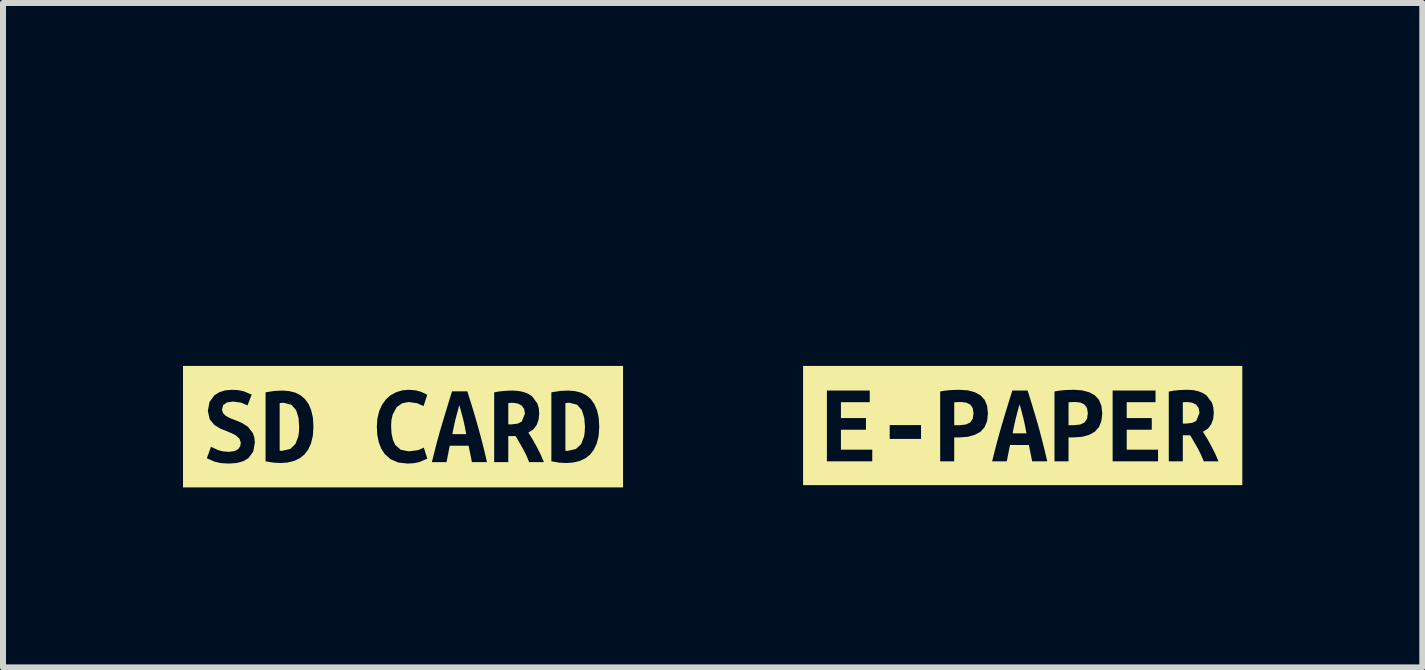
<source format=kicad_pcb>
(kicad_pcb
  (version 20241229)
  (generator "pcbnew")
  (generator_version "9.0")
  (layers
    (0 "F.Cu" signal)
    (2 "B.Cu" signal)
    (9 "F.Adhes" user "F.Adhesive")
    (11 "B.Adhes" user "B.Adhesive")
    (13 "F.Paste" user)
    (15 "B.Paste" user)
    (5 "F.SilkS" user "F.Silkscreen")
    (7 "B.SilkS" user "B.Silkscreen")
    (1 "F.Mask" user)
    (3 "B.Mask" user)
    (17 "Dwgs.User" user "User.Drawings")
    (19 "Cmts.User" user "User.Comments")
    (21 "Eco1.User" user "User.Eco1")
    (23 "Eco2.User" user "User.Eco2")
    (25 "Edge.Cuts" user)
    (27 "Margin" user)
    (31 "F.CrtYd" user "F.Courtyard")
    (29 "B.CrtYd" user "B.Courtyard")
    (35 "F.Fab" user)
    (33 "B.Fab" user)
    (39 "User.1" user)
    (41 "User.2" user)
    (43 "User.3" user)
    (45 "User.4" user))
  (footprint "kibuzzard-6457FD19"
    (layer "F.Cu")
    (at 13.994 4.042)
    (property "Reference" "kibuzzard-6457FD19" (at 0 -4.041 0) (layer "F.SilkS") (effects (font (size 0.001 0.001) (thickness 0.15))))
    (attr board_only exclude_from_pos_files exclude_from_bom)
    (fp_poly (pts (xy -0.051 -0.354) (xy -0.087 -0.228) (xy -0.117 -0.11) (xy -0.144 0.008) (xy -0.168 0.13) (xy 0.063 0.13) (xy 0.04 0.008) (xy 0.014 -0.11) (xy -0.016 -0.228) (xy -0.051 -0.354)) (stroke (width 0) (type solid)) (fill yes) (layer "F.SilkS"))
    (fp_poly (pts (xy 2.947 -0.211) (xy 2.933 -0.292) (xy 2.89 -0.349) (xy 2.824 -0.381) (xy 2.739 -0.392) (xy 2.707 -0.391) (xy 2.669 -0.387) (xy 2.669 -0.032) (xy 2.72 -0.032) (xy 2.824 -0.044) (xy 2.894 -0.079) (xy 2.947 -0.211)) (stroke (width 0) (type solid)) (fill yes) (layer "F.SilkS"))
    (fp_poly (pts (xy -1.025 -0.392) (xy -1.083 -0.391) (xy -1.141 -0.387) (xy -1.141 -0.006) (xy -1.046 -0.006) (xy -0.947 -0.017) (xy -0.876 -0.05) (xy -0.833 -0.111) (xy -0.819 -0.204) (xy -0.833 -0.292) (xy -0.875 -0.35) (xy -0.941 -0.382) (xy -1.025 -0.392)) (stroke (width 0) (type solid)) (fill yes) (layer "F.SilkS"))
    (fp_poly (pts (xy 0.88 -0.392) (xy 0.822 -0.391) (xy 0.764 -0.387) (xy 0.764 -0.006) (xy 0.859 -0.006) (xy 0.958 -0.017) (xy 1.029 -0.05) (xy 1.072 -0.111) (xy 1.086 -0.204) (xy 1.072 -0.292) (xy 1.03 -0.35) (xy 0.964 -0.382) (xy 0.88 -0.392)) (stroke (width 0) (type solid)) (fill yes) (layer "F.SilkS"))
    (fp_poly (pts (xy -3.263 -0.993) (xy -3.66 -0.993) (xy -3.66 0.993) (xy -3.263 0.993) (xy -3.263 0.596) (xy -3.263 -0.583) (xy -2.549 -0.583) (xy -2.549 -0.389) (xy -3.029 -0.389) (xy -3.029 -0.124) (xy -2.612 -0.124) (xy -2.612 0.07) (xy -3.029 0.07) (xy -3.029 0.402) (xy -2.507 0.402) (xy -2.507 0.596) (xy -3.263 0.596) (xy -3.263 0.993) (xy -1.694 0.993) (xy -1.694 0.223) (xy -2.216 0.223) (xy -2.216 -0.008) (xy -1.694 -0.008) (xy -1.694 0.223) (xy -1.694 0.993) (xy -1.141 0.993) (xy -1.141 0.596) (xy -1.375 0.596) (xy -1.375 -0.568) (xy -1.298 -0.581) (xy -1.212 -0.59) (xy -1.126 -0.594) (xy -1.052 -0.596) (xy -0.913 -0.586) (xy -0.797 -0.555) (xy -0.703 -0.504) (xy -0.634 -0.429) (xy -0.593 -0.329) (xy -0.579 -0.202) (xy -0.593 -0.074) (xy -0.635 0.028) (xy -0.704 0.104) (xy -0.799 0.156) (xy -0.916 0.188) (xy -1.057 0.198) (xy -1.141 0.198) (xy -1.141 0.596) (xy -1.141 0.993) (xy 0.158 0.993) (xy 0.158 0.596) (xy 0.103 0.324) (xy -0.211 0.324) (xy -0.265 0.596) (xy -0.509 0.596) (xy -0.475 0.459) (xy -0.441 0.327) (xy -0.407 0.2) (xy -0.373 0.078) (xy -0.339 -0.039) (xy -0.297 -0.181) (xy -0.255 -0.318) (xy -0.214 -0.452) (xy -0.173 -0.583) (xy 0.082 -0.583) (xy 0.124 -0.451) (xy 0.165 -0.316) (xy 0.207 -0.177) (xy 0.249 -0.033) (xy 0.282 0.085) (xy 0.314 0.207) (xy 0.346 0.333) (xy 0.378 0.463) (xy 0.41 0.596) (xy 0.158 0.596) (xy 0.158 0.993) (xy 0.764 0.993) (xy 0.764 0.596) (xy 0.53 0.596) (xy 0.53 -0.568) (xy 0.607 -0.581) (xy 0.693 -0.59) (xy 0.779 -0.594) (xy 0.853 -0.596) (xy 0.992 -0.586) (xy 1.108 -0.555) (xy 1.202 -0.504) (xy 1.271 -0.429) (xy 1.312 -0.329) (xy 1.326 -0.202) (xy 1.312 -0.074) (xy 1.27 0.028) (xy 1.201 0.104) (xy 1.106 0.156) (xy 0.989 0.188) (xy 0.848 0.198) (xy 0.764 0.198) (xy 0.764 0.596) (xy 0.764 0.993) (xy 1.499 0.993) (xy 1.499 0.596) (xy 1.499 -0.583) (xy 2.214 -0.583) (xy 2.214 -0.389) (xy 1.734 -0.389) (xy 1.734 -0.124) (xy 2.151 -0.124) (xy 2.151 0.07) (xy 1.734 0.07) (xy 1.734 0.402) (xy 2.256 0.402) (xy 2.256 0.596) (xy 1.499 0.596) (xy 1.499 0.993) (xy 3.263 0.993) (xy 3.263 0.596) (xy 3.018 0.596) (xy 2.97 0.484) (xy 2.916 0.376) (xy 2.855 0.27) (xy 2.791 0.162) (xy 2.669 0.162) (xy 2.669 0.596) (xy 2.435 0.596) (xy 2.435 -0.566) (xy 2.51 -0.58) (xy 2.593 -0.59) (xy 2.673 -0.594) (xy 2.739 -0.596) (xy 2.836 -0.591) (xy 2.922 -0.573) (xy 2.998 -0.544) (xy 3.063 -0.503) (xy 3.154 -0.382) (xy 3.177 -0.302) (xy 3.185 -0.21) (xy 3.175 -0.111) (xy 3.143 -0.023) (xy 3.088 0.051) (xy 3.004 0.105) (xy 3.073 0.214) (xy 3.143 0.34) (xy 3.209 0.471) (xy 3.263 0.596) (xy 3.263 0.993) (xy 3.66 0.993) (xy 3.66 -0.993) (xy 3.263 -0.993) (xy -3.263 -0.993)) (stroke (width 0) (type solid)) (fill yes) (layer "F.SilkS")))
  (footprint "kibuzzard-6457FD6A"
    (layer "F.Cu")
    (at 3.667 4.061)
    (property "Reference" "kibuzzard-6457FD6A" (at 0 -4.06 0) (layer "F.SilkS") (effects (font (size 0.001 0.001) (thickness 0.15))))
    (attr board_only exclude_from_pos_files exclude_from_bom)
    (fp_poly (pts (xy 0.938 -0.36) (xy 0.903 -0.233) (xy 0.872 -0.115) (xy 0.846 0.002) (xy 0.822 0.124) (xy 1.053 0.124) (xy 1.03 0.002) (xy 1.004 -0.115) (xy 0.973 -0.233) (xy 0.938 -0.36)) (stroke (width 0) (type solid)) (fill yes) (layer "F.SilkS"))
    (fp_poly (pts (xy 2.032 -0.217) (xy 2.017 -0.298) (xy 1.975 -0.354) (xy 1.908 -0.387) (xy 1.824 -0.398) (xy 1.792 -0.397) (xy 1.754 -0.392) (xy 1.754 -0.038) (xy 1.805 -0.038) (xy 1.908 -0.05) (xy 1.978 -0.085) (xy 2.032 -0.217)) (stroke (width 0) (type solid)) (fill yes) (layer "F.SilkS"))
    (fp_poly (pts (xy -2.056 0.4) (xy -2.035 0.402) (xy -2.015 0.402) (xy -1.88 0.371) (xy -1.793 0.288) (xy -1.745 0.161) (xy -1.734 0.084) (xy -1.731 0) (xy -1.742 -0.149) (xy -1.782 -0.276) (xy -1.86 -0.365) (xy -1.988 -0.398) (xy -2.022 -0.397) (xy -2.056 -0.392) (xy -2.056 0.4)) (stroke (width 0) (type solid)) (fill yes) (layer "F.SilkS"))
    (fp_poly (pts (xy 2.706 0.4) (xy 2.727 0.402) (xy 2.748 0.402) (xy 2.882 0.371) (xy 2.97 0.288) (xy 3.018 0.161) (xy 3.028 0.084) (xy 3.032 0) (xy 3.02 -0.149) (xy 2.98 -0.276) (xy 2.902 -0.365) (xy 2.775 -0.398) (xy 2.74 -0.397) (xy 2.706 -0.392) (xy 2.706 0.4)) (stroke (width 0) (type solid)) (fill yes) (layer "F.SilkS"))
    (fp_poly (pts (xy -3.27 -1.012) (xy -3.667 -1.012) (xy -3.667 1.012) (xy -3.27 1.012) (xy -2.904 1.012) (xy -2.904 0.615) (xy -3.036 0.607) (xy -3.138 0.584) (xy -3.27 0.526) (xy -3.201 0.335) (xy -3.078 0.392) (xy -2.999 0.412) (xy -2.904 0.419) (xy -2.806 0.407) (xy -2.744 0.372) (xy -2.713 0.323) (xy -2.704 0.267) (xy -2.725 0.202) (xy -2.778 0.151) (xy -2.851 0.111) (xy -2.931 0.078) (xy -3.041 0.034) (xy -3.145 -0.029) (xy -3.222 -0.123) (xy -3.253 -0.263) (xy -3.226 -0.411) (xy -3.145 -0.522) (xy -3.064 -0.574) (xy -2.966 -0.605) (xy -2.849 -0.615) (xy -2.747 -0.609) (xy -2.659 -0.591) (xy -2.523 -0.535) (xy -2.592 -0.354) (xy -2.697 -0.4) (xy -2.832 -0.419) (xy -2.935 -0.404) (xy -2.998 -0.359) (xy -3.018 -0.284) (xy -2.999 -0.224) (xy -2.951 -0.178) (xy -2.884 -0.143) (xy -2.811 -0.114) (xy -2.696 -0.068) (xy -2.585 0.001) (xy -2.502 0.108) (xy -2.478 0.18) (xy -2.47 0.269) (xy -2.497 0.416) (xy -2.577 0.525) (xy -2.662 0.575) (xy -2.771 0.605) (xy -2.904 0.615) (xy -2.904 1.012) (xy -2.039 1.012) (xy -2.039 0.606) (xy -2.162 0.599) (xy -2.291 0.577) (xy -2.291 -0.573) (xy -2.14 -0.596) (xy -2.009 -0.602) (xy -1.898 -0.593) (xy -1.796 -0.568) (xy -1.708 -0.524) (xy -1.634 -0.46) (xy -1.574 -0.377) (xy -1.53 -0.273) (xy -1.502 -0.148) (xy -1.493 0) (xy -1.503 0.152) (xy -1.534 0.279) (xy -1.582 0.384) (xy -1.647 0.467) (xy -1.726 0.529) (xy -1.819 0.572) (xy -1.924 0.597) (xy -2.039 0.606) (xy -2.039 1.012) (xy 0.075 1.012) (xy 0.075 0.615) (xy -0.078 0.598) (xy -0.205 0.544) (xy -0.306 0.455) (xy -0.363 0.367) (xy -0.404 0.261) (xy -0.429 0.139) (xy -0.437 0) (xy -0.427 -0.139) (xy -0.397 -0.261) (xy -0.349 -0.366) (xy -0.286 -0.454) (xy -0.208 -0.524) (xy -0.116 -0.574) (xy -0.014 -0.605) (xy 0.098 -0.615) (xy 0.211 -0.605) (xy 0.3 -0.581) (xy 0.364 -0.552) (xy 0.403 -0.53) (xy 0.342 -0.343) (xy 0.236 -0.391) (xy 0.094 -0.411) (xy -0.013 -0.391) (xy -0.107 -0.325) (xy -0.173 -0.2) (xy -0.193 -0.112) (xy -0.199 -0.006) (xy -0.191 0.118) (xy -0.168 0.222) (xy -0.13 0.304) (xy -0.038 0.385) (xy 0.098 0.411) (xy 0.25 0.391) (xy 0.346 0.349) (xy 0.405 0.533) (xy 0.271 0.59) (xy 0.179 0.609) (xy 0.075 0.615) (xy 0.075 1.012) (xy 1.148 1.012) (xy 1.148 0.591) (xy 1.093 0.318) (xy 0.778 0.318) (xy 0.725 0.591) (xy 0.481 0.591) (xy 0.515 0.454) (xy 0.548 0.322) (xy 0.582 0.195) (xy 0.616 0.072) (xy 0.651 -0.045) (xy 0.693 -0.186) (xy 0.735 -0.324) (xy 0.776 -0.458) (xy 0.816 -0.589) (xy 1.072 -0.589) (xy 1.113 -0.457) (xy 1.155 -0.322) (xy 1.197 -0.182) (xy 1.238 -0.039) (xy 1.271 0.079) (xy 1.304 0.201) (xy 1.336 0.327) (xy 1.368 0.457) (xy 1.399 0.591) (xy 1.148 0.591) (xy 1.148 1.012) (xy 2.348 1.012) (xy 2.348 0.591) (xy 2.102 0.591) (xy 2.055 0.478) (xy 2 0.371) (xy 1.94 0.264) (xy 1.875 0.156) (xy 1.754 0.156) (xy 1.754 0.591) (xy 1.519 0.591) (xy 1.519 -0.572) (xy 1.594 -0.586) (xy 1.677 -0.595) (xy 1.757 -0.6) (xy 1.824 -0.602) (xy 1.92 -0.596) (xy 2.007 -0.579) (xy 2.083 -0.55) (xy 2.148 -0.509) (xy 2.238 -0.388) (xy 2.262 -0.308) (xy 2.27 -0.215) (xy 2.259 -0.117) (xy 2.228 -0.029) (xy 2.172 0.045) (xy 2.089 0.099) (xy 2.157 0.209) (xy 2.228 0.334) (xy 2.294 0.466) (xy 2.348 0.591) (xy 2.348 1.012) (xy 2.723 1.012) (xy 2.723 0.606) (xy 2.6 0.599) (xy 2.472 0.577) (xy 2.472 -0.573) (xy 2.622 -0.596) (xy 2.754 -0.602) (xy 2.865 -0.593) (xy 2.966 -0.568) (xy 3.055 -0.524) (xy 3.129 -0.46) (xy 3.188 -0.377) (xy 3.233 -0.273) (xy 3.261 -0.148) (xy 3.27 0) (xy 3.26 0.152) (xy 3.229 0.279) (xy 3.18 0.384) (xy 3.116 0.467) (xy 3.036 0.529) (xy 2.943 0.572) (xy 2.838 0.597) (xy 2.723 0.606) (xy 2.723 1.012) (xy 3.27 1.012) (xy 3.667 1.012) (xy 3.667 -1.012) (xy 3.27 -1.012) (xy -3.27 -1.012)) (stroke (width 0) (type solid)) (fill yes) (layer "F.SilkS")))
  (gr_rect
    (start -3 -3)
    (end 20.654 8.073)
    (stroke (width 0.1) (type default))
    (fill no)
    (layer "Edge.Cuts")))
</source>
